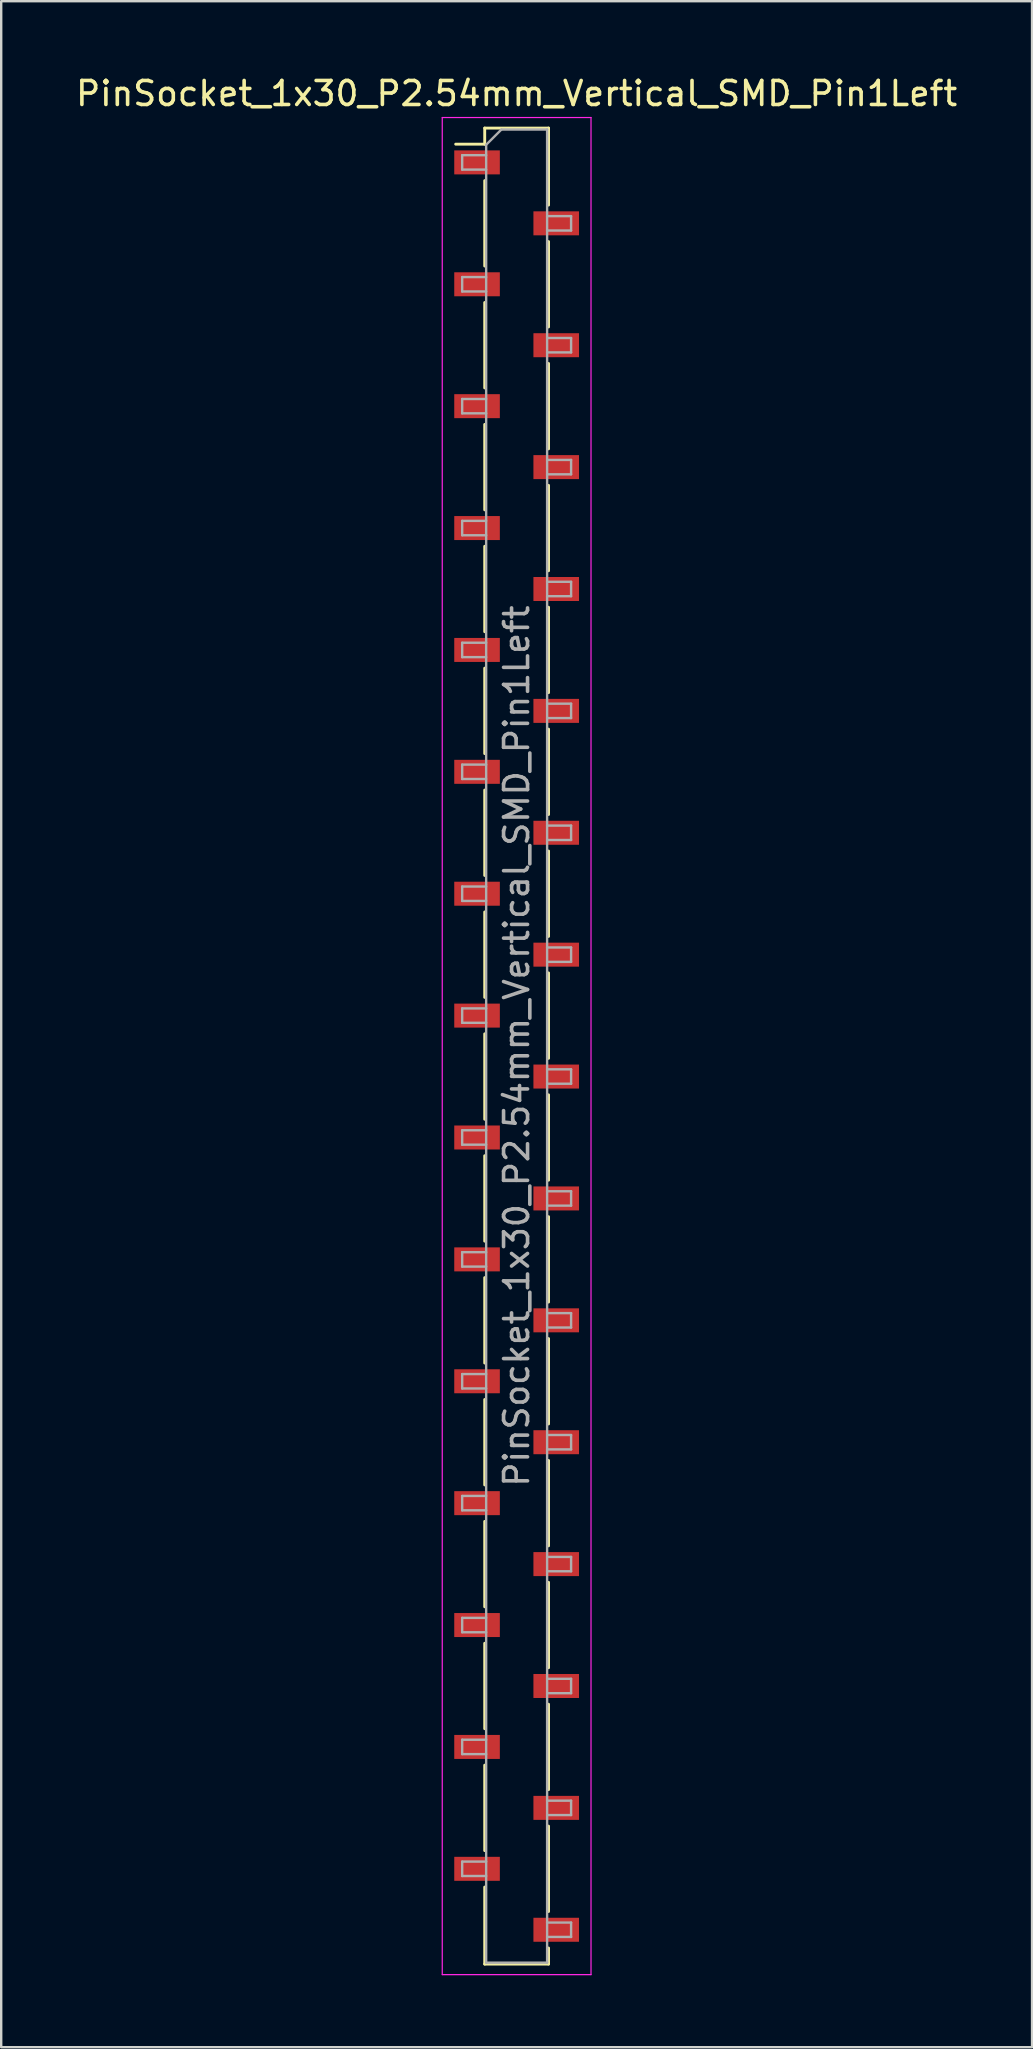
<source format=kicad_pcb>
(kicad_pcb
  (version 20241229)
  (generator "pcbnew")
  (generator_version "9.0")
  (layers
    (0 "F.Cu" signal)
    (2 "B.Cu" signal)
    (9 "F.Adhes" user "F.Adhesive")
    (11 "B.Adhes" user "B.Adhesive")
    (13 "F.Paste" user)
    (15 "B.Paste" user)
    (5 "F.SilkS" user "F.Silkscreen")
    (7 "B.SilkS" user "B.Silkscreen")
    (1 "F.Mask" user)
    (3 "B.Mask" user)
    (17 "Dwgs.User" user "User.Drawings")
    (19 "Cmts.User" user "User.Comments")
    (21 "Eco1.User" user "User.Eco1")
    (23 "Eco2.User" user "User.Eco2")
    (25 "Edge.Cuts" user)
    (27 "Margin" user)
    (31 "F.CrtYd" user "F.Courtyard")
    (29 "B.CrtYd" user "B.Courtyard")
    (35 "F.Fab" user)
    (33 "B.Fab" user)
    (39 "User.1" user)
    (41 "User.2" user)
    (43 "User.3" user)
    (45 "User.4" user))
  (footprint "PinSocket_1x30_P2.54mm_Vertical_SMD_Pin1Left"
    (layer "F.Cu")
    (at 18.482 40.548)
    (property "Reference" "PinSocket_1x30_P2.54mm_Vertical_SMD_Pin1Left" (at 0 -39.7 0) (layer "F.SilkS") (effects (font (size 1 1) (thickness 0.15))))
    (attr smd)
    (fp_line (start -2.54 -37.59) (end -1.33 -37.59) (stroke (width 0.12) (type solid)) (layer "F.SilkS"))
    (fp_line (start -1.33 -38.26) (end -1.33 -37.59) (stroke (width 0.12) (type solid)) (layer "F.SilkS"))
    (fp_line (start -1.33 -38.26) (end 1.33 -38.26) (stroke (width 0.12) (type solid)) (layer "F.SilkS"))
    (fp_line (start -1.33 -36.07) (end -1.33 -32.51) (stroke (width 0.12) (type solid)) (layer "F.SilkS"))
    (fp_line (start -1.33 -30.99) (end -1.33 -27.43) (stroke (width 0.12) (type solid)) (layer "F.SilkS"))
    (fp_line (start -1.33 -25.91) (end -1.33 -22.35) (stroke (width 0.12) (type solid)) (layer "F.SilkS"))
    (fp_line (start -1.33 -20.83) (end -1.33 -17.27) (stroke (width 0.12) (type solid)) (layer "F.SilkS"))
    (fp_line (start -1.33 -15.75) (end -1.33 -12.19) (stroke (width 0.12) (type solid)) (layer "F.SilkS"))
    (fp_line (start -1.33 -10.67) (end -1.33 -7.11) (stroke (width 0.12) (type solid)) (layer "F.SilkS"))
    (fp_line (start -1.33 -5.59) (end -1.33 -2.03) (stroke (width 0.12) (type solid)) (layer "F.SilkS"))
    (fp_line (start -1.33 -0.51) (end -1.33 3.05) (stroke (width 0.12) (type solid)) (layer "F.SilkS"))
    (fp_line (start -1.33 4.57) (end -1.33 8.13) (stroke (width 0.12) (type solid)) (layer "F.SilkS"))
    (fp_line (start -1.33 9.65) (end -1.33 13.21) (stroke (width 0.12) (type solid)) (layer "F.SilkS"))
    (fp_line (start -1.33 14.73) (end -1.33 18.29) (stroke (width 0.12) (type solid)) (layer "F.SilkS"))
    (fp_line (start -1.33 19.81) (end -1.33 23.37) (stroke (width 0.12) (type solid)) (layer "F.SilkS"))
    (fp_line (start -1.33 24.89) (end -1.33 28.45) (stroke (width 0.12) (type solid)) (layer "F.SilkS"))
    (fp_line (start -1.33 29.97) (end -1.33 33.53) (stroke (width 0.12) (type solid)) (layer "F.SilkS"))
    (fp_line (start -1.33 35.05) (end -1.33 38.26) (stroke (width 0.12) (type solid)) (layer "F.SilkS"))
    (fp_line (start -1.33 38.26) (end 1.33 38.26) (stroke (width 0.12) (type solid)) (layer "F.SilkS"))
    (fp_line (start 1.33 -38.26) (end 1.33 -35.05) (stroke (width 0.12) (type solid)) (layer "F.SilkS"))
    (fp_line (start 1.33 -33.53) (end 1.33 -29.97) (stroke (width 0.12) (type solid)) (layer "F.SilkS"))
    (fp_line (start 1.33 -28.45) (end 1.33 -24.89) (stroke (width 0.12) (type solid)) (layer "F.SilkS"))
    (fp_line (start 1.33 -23.37) (end 1.33 -19.81) (stroke (width 0.12) (type solid)) (layer "F.SilkS"))
    (fp_line (start 1.33 -18.29) (end 1.33 -14.73) (stroke (width 0.12) (type solid)) (layer "F.SilkS"))
    (fp_line (start 1.33 -13.21) (end 1.33 -9.65) (stroke (width 0.12) (type solid)) (layer "F.SilkS"))
    (fp_line (start 1.33 -8.13) (end 1.33 -4.57) (stroke (width 0.12) (type solid)) (layer "F.SilkS"))
    (fp_line (start 1.33 -3.05) (end 1.33 0.51) (stroke (width 0.12) (type solid)) (layer "F.SilkS"))
    (fp_line (start 1.33 2.03) (end 1.33 5.59) (stroke (width 0.12) (type solid)) (layer "F.SilkS"))
    (fp_line (start 1.33 7.11) (end 1.33 10.67) (stroke (width 0.12) (type solid)) (layer "F.SilkS"))
    (fp_line (start 1.33 12.19) (end 1.33 15.75) (stroke (width 0.12) (type solid)) (layer "F.SilkS"))
    (fp_line (start 1.33 17.27) (end 1.33 20.83) (stroke (width 0.12) (type solid)) (layer "F.SilkS"))
    (fp_line (start 1.33 22.35) (end 1.33 25.91) (stroke (width 0.12) (type solid)) (layer "F.SilkS"))
    (fp_line (start 1.33 27.43) (end 1.33 30.99) (stroke (width 0.12) (type solid)) (layer "F.SilkS"))
    (fp_line (start 1.33 32.51) (end 1.33 36.07) (stroke (width 0.12) (type solid)) (layer "F.SilkS"))
    (fp_line (start 1.33 37.59) (end 1.33 38.26) (stroke (width 0.12) (type solid)) (layer "F.SilkS"))
    (fp_line (start -3.1 -38.7) (end 3.1 -38.7) (stroke (width 0.05) (type solid)) (layer "F.CrtYd"))
    (fp_line (start -3.1 38.7) (end -3.1 -38.7) (stroke (width 0.05) (type solid)) (layer "F.CrtYd"))
    (fp_line (start 3.1 -38.7) (end 3.1 38.7) (stroke (width 0.05) (type solid)) (layer "F.CrtYd"))
    (fp_line (start 3.1 38.7) (end -3.1 38.7) (stroke (width 0.05) (type solid)) (layer "F.CrtYd"))
    (fp_line (start -2.27 -37.13) (end -1.27 -37.13) (stroke (width 0.1) (type solid)) (layer "F.Fab"))
    (fp_line (start -2.27 -36.53) (end -2.27 -37.13) (stroke (width 0.1) (type solid)) (layer "F.Fab"))
    (fp_line (start -2.27 -32.05) (end -1.27 -32.05) (stroke (width 0.1) (type solid)) (layer "F.Fab"))
    (fp_line (start -2.27 -31.45) (end -2.27 -32.05) (stroke (width 0.1) (type solid)) (layer "F.Fab"))
    (fp_line (start -2.27 -26.97) (end -1.27 -26.97) (stroke (width 0.1) (type solid)) (layer "F.Fab"))
    (fp_line (start -2.27 -26.37) (end -2.27 -26.97) (stroke (width 0.1) (type solid)) (layer "F.Fab"))
    (fp_line (start -2.27 -21.89) (end -1.27 -21.89) (stroke (width 0.1) (type solid)) (layer "F.Fab"))
    (fp_line (start -2.27 -21.29) (end -2.27 -21.89) (stroke (width 0.1) (type solid)) (layer "F.Fab"))
    (fp_line (start -2.27 -16.81) (end -1.27 -16.81) (stroke (width 0.1) (type solid)) (layer "F.Fab"))
    (fp_line (start -2.27 -16.21) (end -2.27 -16.81) (stroke (width 0.1) (type solid)) (layer "F.Fab"))
    (fp_line (start -2.27 -11.73) (end -1.27 -11.73) (stroke (width 0.1) (type solid)) (layer "F.Fab"))
    (fp_line (start -2.27 -11.13) (end -2.27 -11.73) (stroke (width 0.1) (type solid)) (layer "F.Fab"))
    (fp_line (start -2.27 -6.65) (end -1.27 -6.65) (stroke (width 0.1) (type solid)) (layer "F.Fab"))
    (fp_line (start -2.27 -6.05) (end -2.27 -6.65) (stroke (width 0.1) (type solid)) (layer "F.Fab"))
    (fp_line (start -2.27 -1.57) (end -1.27 -1.57) (stroke (width 0.1) (type solid)) (layer "F.Fab"))
    (fp_line (start -2.27 -0.97) (end -2.27 -1.57) (stroke (width 0.1) (type solid)) (layer "F.Fab"))
    (fp_line (start -2.27 3.51) (end -1.27 3.51) (stroke (width 0.1) (type solid)) (layer "F.Fab"))
    (fp_line (start -2.27 4.11) (end -2.27 3.51) (stroke (width 0.1) (type solid)) (layer "F.Fab"))
    (fp_line (start -2.27 8.59) (end -1.27 8.59) (stroke (width 0.1) (type solid)) (layer "F.Fab"))
    (fp_line (start -2.27 9.19) (end -2.27 8.59) (stroke (width 0.1) (type solid)) (layer "F.Fab"))
    (fp_line (start -2.27 13.67) (end -1.27 13.67) (stroke (width 0.1) (type solid)) (layer "F.Fab"))
    (fp_line (start -2.27 14.27) (end -2.27 13.67) (stroke (width 0.1) (type solid)) (layer "F.Fab"))
    (fp_line (start -2.27 18.75) (end -1.27 18.75) (stroke (width 0.1) (type solid)) (layer "F.Fab"))
    (fp_line (start -2.27 19.35) (end -2.27 18.75) (stroke (width 0.1) (type solid)) (layer "F.Fab"))
    (fp_line (start -2.27 23.83) (end -1.27 23.83) (stroke (width 0.1) (type solid)) (layer "F.Fab"))
    (fp_line (start -2.27 24.43) (end -2.27 23.83) (stroke (width 0.1) (type solid)) (layer "F.Fab"))
    (fp_line (start -2.27 28.91) (end -1.27 28.91) (stroke (width 0.1) (type solid)) (layer "F.Fab"))
    (fp_line (start -2.27 29.51) (end -2.27 28.91) (stroke (width 0.1) (type solid)) (layer "F.Fab"))
    (fp_line (start -2.27 33.99) (end -1.27 33.99) (stroke (width 0.1) (type solid)) (layer "F.Fab"))
    (fp_line (start -2.27 34.59) (end -2.27 33.99) (stroke (width 0.1) (type solid)) (layer "F.Fab"))
    (fp_line (start -1.27 -37.565) (end -0.635 -38.2) (stroke (width 0.1) (type solid)) (layer "F.Fab"))
    (fp_line (start -1.27 -36.53) (end -2.27 -36.53) (stroke (width 0.1) (type solid)) (layer "F.Fab"))
    (fp_line (start -1.27 -31.45) (end -2.27 -31.45) (stroke (width 0.1) (type solid)) (layer "F.Fab"))
    (fp_line (start -1.27 -26.37) (end -2.27 -26.37) (stroke (width 0.1) (type solid)) (layer "F.Fab"))
    (fp_line (start -1.27 -21.29) (end -2.27 -21.29) (stroke (width 0.1) (type solid)) (layer "F.Fab"))
    (fp_line (start -1.27 -16.21) (end -2.27 -16.21) (stroke (width 0.1) (type solid)) (layer "F.Fab"))
    (fp_line (start -1.27 -11.13) (end -2.27 -11.13) (stroke (width 0.1) (type solid)) (layer "F.Fab"))
    (fp_line (start -1.27 -6.05) (end -2.27 -6.05) (stroke (width 0.1) (type solid)) (layer "F.Fab"))
    (fp_line (start -1.27 -0.97) (end -2.27 -0.97) (stroke (width 0.1) (type solid)) (layer "F.Fab"))
    (fp_line (start -1.27 4.11) (end -2.27 4.11) (stroke (width 0.1) (type solid)) (layer "F.Fab"))
    (fp_line (start -1.27 9.19) (end -2.27 9.19) (stroke (width 0.1) (type solid)) (layer "F.Fab"))
    (fp_line (start -1.27 14.27) (end -2.27 14.27) (stroke (width 0.1) (type solid)) (layer "F.Fab"))
    (fp_line (start -1.27 19.35) (end -2.27 19.35) (stroke (width 0.1) (type solid)) (layer "F.Fab"))
    (fp_line (start -1.27 24.43) (end -2.27 24.43) (stroke (width 0.1) (type solid)) (layer "F.Fab"))
    (fp_line (start -1.27 29.51) (end -2.27 29.51) (stroke (width 0.1) (type solid)) (layer "F.Fab"))
    (fp_line (start -1.27 34.59) (end -2.27 34.59) (stroke (width 0.1) (type solid)) (layer "F.Fab"))
    (fp_line (start -1.27 38.2) (end -1.27 -37.565) (stroke (width 0.1) (type solid)) (layer "F.Fab"))
    (fp_line (start -0.635 -38.2) (end 1.27 -38.2) (stroke (width 0.1) (type solid)) (layer "F.Fab"))
    (fp_line (start 1.27 -38.2) (end 1.27 38.2) (stroke (width 0.1) (type solid)) (layer "F.Fab"))
    (fp_line (start 1.27 -34.59) (end 2.27 -34.59) (stroke (width 0.1) (type solid)) (layer "F.Fab"))
    (fp_line (start 1.27 -29.51) (end 2.27 -29.51) (stroke (width 0.1) (type solid)) (layer "F.Fab"))
    (fp_line (start 1.27 -24.43) (end 2.27 -24.43) (stroke (width 0.1) (type solid)) (layer "F.Fab"))
    (fp_line (start 1.27 -19.35) (end 2.27 -19.35) (stroke (width 0.1) (type solid)) (layer "F.Fab"))
    (fp_line (start 1.27 -14.27) (end 2.27 -14.27) (stroke (width 0.1) (type solid)) (layer "F.Fab"))
    (fp_line (start 1.27 -9.19) (end 2.27 -9.19) (stroke (width 0.1) (type solid)) (layer "F.Fab"))
    (fp_line (start 1.27 -4.11) (end 2.27 -4.11) (stroke (width 0.1) (type solid)) (layer "F.Fab"))
    (fp_line (start 1.27 0.97) (end 2.27 0.97) (stroke (width 0.1) (type solid)) (layer "F.Fab"))
    (fp_line (start 1.27 6.05) (end 2.27 6.05) (stroke (width 0.1) (type solid)) (layer "F.Fab"))
    (fp_line (start 1.27 11.13) (end 2.27 11.13) (stroke (width 0.1) (type solid)) (layer "F.Fab"))
    (fp_line (start 1.27 16.21) (end 2.27 16.21) (stroke (width 0.1) (type solid)) (layer "F.Fab"))
    (fp_line (start 1.27 21.29) (end 2.27 21.29) (stroke (width 0.1) (type solid)) (layer "F.Fab"))
    (fp_line (start 1.27 26.37) (end 2.27 26.37) (stroke (width 0.1) (type solid)) (layer "F.Fab"))
    (fp_line (start 1.27 31.45) (end 2.27 31.45) (stroke (width 0.1) (type solid)) (layer "F.Fab"))
    (fp_line (start 1.27 36.53) (end 2.27 36.53) (stroke (width 0.1) (type solid)) (layer "F.Fab"))
    (fp_line (start 1.27 38.2) (end -1.27 38.2) (stroke (width 0.1) (type solid)) (layer "F.Fab"))
    (fp_line (start 2.27 -34.59) (end 2.27 -33.99) (stroke (width 0.1) (type solid)) (layer "F.Fab"))
    (fp_line (start 2.27 -33.99) (end 1.27 -33.99) (stroke (width 0.1) (type solid)) (layer "F.Fab"))
    (fp_line (start 2.27 -29.51) (end 2.27 -28.91) (stroke (width 0.1) (type solid)) (layer "F.Fab"))
    (fp_line (start 2.27 -28.91) (end 1.27 -28.91) (stroke (width 0.1) (type solid)) (layer "F.Fab"))
    (fp_line (start 2.27 -24.43) (end 2.27 -23.83) (stroke (width 0.1) (type solid)) (layer "F.Fab"))
    (fp_line (start 2.27 -23.83) (end 1.27 -23.83) (stroke (width 0.1) (type solid)) (layer "F.Fab"))
    (fp_line (start 2.27 -19.35) (end 2.27 -18.75) (stroke (width 0.1) (type solid)) (layer "F.Fab"))
    (fp_line (start 2.27 -18.75) (end 1.27 -18.75) (stroke (width 0.1) (type solid)) (layer "F.Fab"))
    (fp_line (start 2.27 -14.27) (end 2.27 -13.67) (stroke (width 0.1) (type solid)) (layer "F.Fab"))
    (fp_line (start 2.27 -13.67) (end 1.27 -13.67) (stroke (width 0.1) (type solid)) (layer "F.Fab"))
    (fp_line (start 2.27 -9.19) (end 2.27 -8.59) (stroke (width 0.1) (type solid)) (layer "F.Fab"))
    (fp_line (start 2.27 -8.59) (end 1.27 -8.59) (stroke (width 0.1) (type solid)) (layer "F.Fab"))
    (fp_line (start 2.27 -4.11) (end 2.27 -3.51) (stroke (width 0.1) (type solid)) (layer "F.Fab"))
    (fp_line (start 2.27 -3.51) (end 1.27 -3.51) (stroke (width 0.1) (type solid)) (layer "F.Fab"))
    (fp_line (start 2.27 0.97) (end 2.27 1.57) (stroke (width 0.1) (type solid)) (layer "F.Fab"))
    (fp_line (start 2.27 1.57) (end 1.27 1.57) (stroke (width 0.1) (type solid)) (layer "F.Fab"))
    (fp_line (start 2.27 6.05) (end 2.27 6.65) (stroke (width 0.1) (type solid)) (layer "F.Fab"))
    (fp_line (start 2.27 6.65) (end 1.27 6.65) (stroke (width 0.1) (type solid)) (layer "F.Fab"))
    (fp_line (start 2.27 11.13) (end 2.27 11.73) (stroke (width 0.1) (type solid)) (layer "F.Fab"))
    (fp_line (start 2.27 11.73) (end 1.27 11.73) (stroke (width 0.1) (type solid)) (layer "F.Fab"))
    (fp_line (start 2.27 16.21) (end 2.27 16.81) (stroke (width 0.1) (type solid)) (layer "F.Fab"))
    (fp_line (start 2.27 16.81) (end 1.27 16.81) (stroke (width 0.1) (type solid)) (layer "F.Fab"))
    (fp_line (start 2.27 21.29) (end 2.27 21.89) (stroke (width 0.1) (type solid)) (layer "F.Fab"))
    (fp_line (start 2.27 21.89) (end 1.27 21.89) (stroke (width 0.1) (type solid)) (layer "F.Fab"))
    (fp_line (start 2.27 26.37) (end 2.27 26.97) (stroke (width 0.1) (type solid)) (layer "F.Fab"))
    (fp_line (start 2.27 26.97) (end 1.27 26.97) (stroke (width 0.1) (type solid)) (layer "F.Fab"))
    (fp_line (start 2.27 31.45) (end 2.27 32.05) (stroke (width 0.1) (type solid)) (layer "F.Fab"))
    (fp_line (start 2.27 32.05) (end 1.27 32.05) (stroke (width 0.1) (type solid)) (layer "F.Fab"))
    (fp_line (start 2.27 36.53) (end 2.27 37.13) (stroke (width 0.1) (type solid)) (layer "F.Fab"))
    (fp_line (start 2.27 37.13) (end 1.27 37.13) (stroke (width 0.1) (type solid)) (layer "F.Fab"))
    (fp_text user "${REFERENCE}" (at 0 0 90) (layer "F.Fab") (effects (font (size 1 1) (thickness 0.15))))
    (pad "1" smd rect (at -1.65 -36.83) (size 1.9 1) (layers "F.Cu" "F.Mask" "F.Paste"))
    (pad "2" smd rect (at 1.65 -34.29) (size 1.9 1) (layers "F.Cu" "F.Mask" "F.Paste"))
    (pad "3" smd rect (at -1.65 -31.75) (size 1.9 1) (layers "F.Cu" "F.Mask" "F.Paste"))
    (pad "4" smd rect (at 1.65 -29.21) (size 1.9 1) (layers "F.Cu" "F.Mask" "F.Paste"))
    (pad "5" smd rect (at -1.65 -26.67) (size 1.9 1) (layers "F.Cu" "F.Mask" "F.Paste"))
    (pad "6" smd rect (at 1.65 -24.13) (size 1.9 1) (layers "F.Cu" "F.Mask" "F.Paste"))
    (pad "7" smd rect (at -1.65 -21.59) (size 1.9 1) (layers "F.Cu" "F.Mask" "F.Paste"))
    (pad "8" smd rect (at 1.65 -19.05) (size 1.9 1) (layers "F.Cu" "F.Mask" "F.Paste"))
    (pad "9" smd rect (at -1.65 -16.51) (size 1.9 1) (layers "F.Cu" "F.Mask" "F.Paste"))
    (pad "10" smd rect (at 1.65 -13.97) (size 1.9 1) (layers "F.Cu" "F.Mask" "F.Paste"))
    (pad "11" smd rect (at -1.65 -11.43) (size 1.9 1) (layers "F.Cu" "F.Mask" "F.Paste"))
    (pad "12" smd rect (at 1.65 -8.89) (size 1.9 1) (layers "F.Cu" "F.Mask" "F.Paste"))
    (pad "13" smd rect (at -1.65 -6.35) (size 1.9 1) (layers "F.Cu" "F.Mask" "F.Paste"))
    (pad "14" smd rect (at 1.65 -3.81) (size 1.9 1) (layers "F.Cu" "F.Mask" "F.Paste"))
    (pad "15" smd rect (at -1.65 -1.27) (size 1.9 1) (layers "F.Cu" "F.Mask" "F.Paste"))
    (pad "16" smd rect (at 1.65 1.27) (size 1.9 1) (layers "F.Cu" "F.Mask" "F.Paste"))
    (pad "17" smd rect (at -1.65 3.81) (size 1.9 1) (layers "F.Cu" "F.Mask" "F.Paste"))
    (pad "18" smd rect (at 1.65 6.35) (size 1.9 1) (layers "F.Cu" "F.Mask" "F.Paste"))
    (pad "19" smd rect (at -1.65 8.89) (size 1.9 1) (layers "F.Cu" "F.Mask" "F.Paste"))
    (pad "20" smd rect (at 1.65 11.43) (size 1.9 1) (layers "F.Cu" "F.Mask" "F.Paste"))
    (pad "21" smd rect (at -1.65 13.97) (size 1.9 1) (layers "F.Cu" "F.Mask" "F.Paste"))
    (pad "22" smd rect (at 1.65 16.51) (size 1.9 1) (layers "F.Cu" "F.Mask" "F.Paste"))
    (pad "23" smd rect (at -1.65 19.05) (size 1.9 1) (layers "F.Cu" "F.Mask" "F.Paste"))
    (pad "24" smd rect (at 1.65 21.59) (size 1.9 1) (layers "F.Cu" "F.Mask" "F.Paste"))
    (pad "25" smd rect (at -1.65 24.13) (size 1.9 1) (layers "F.Cu" "F.Mask" "F.Paste"))
    (pad "26" smd rect (at 1.65 26.67) (size 1.9 1) (layers "F.Cu" "F.Mask" "F.Paste"))
    (pad "27" smd rect (at -1.65 29.21) (size 1.9 1) (layers "F.Cu" "F.Mask" "F.Paste"))
    (pad "28" smd rect (at 1.65 31.75) (size 1.9 1) (layers "F.Cu" "F.Mask" "F.Paste"))
    (pad "29" smd rect (at -1.65 34.29) (size 1.9 1) (layers "F.Cu" "F.Mask" "F.Paste"))
    (pad "30" smd rect (at 1.65 36.83) (size 1.9 1) (layers "F.Cu" "F.Mask" "F.Paste")))
  (gr_rect
    (start -3 -3)
    (end 39.964 82.273)
    (stroke (width 0.1) (type default))
    (fill no)
    (layer "Edge.Cuts")))
</source>
